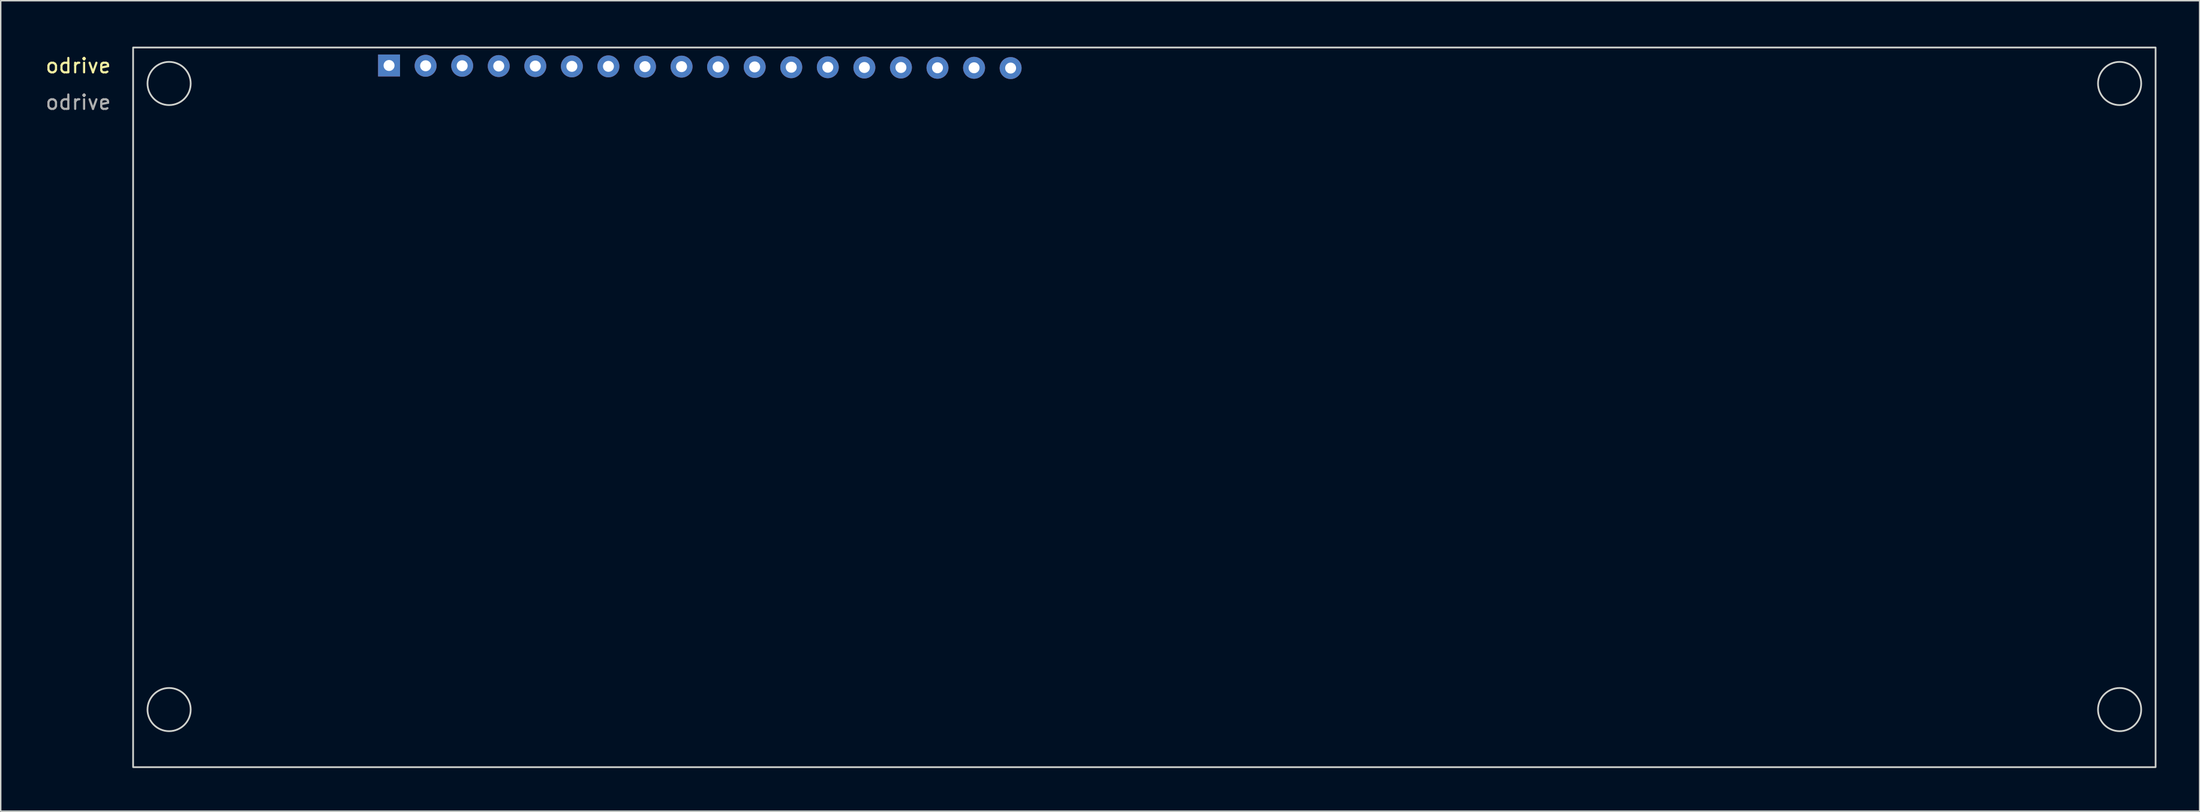
<source format=kicad_pcb>
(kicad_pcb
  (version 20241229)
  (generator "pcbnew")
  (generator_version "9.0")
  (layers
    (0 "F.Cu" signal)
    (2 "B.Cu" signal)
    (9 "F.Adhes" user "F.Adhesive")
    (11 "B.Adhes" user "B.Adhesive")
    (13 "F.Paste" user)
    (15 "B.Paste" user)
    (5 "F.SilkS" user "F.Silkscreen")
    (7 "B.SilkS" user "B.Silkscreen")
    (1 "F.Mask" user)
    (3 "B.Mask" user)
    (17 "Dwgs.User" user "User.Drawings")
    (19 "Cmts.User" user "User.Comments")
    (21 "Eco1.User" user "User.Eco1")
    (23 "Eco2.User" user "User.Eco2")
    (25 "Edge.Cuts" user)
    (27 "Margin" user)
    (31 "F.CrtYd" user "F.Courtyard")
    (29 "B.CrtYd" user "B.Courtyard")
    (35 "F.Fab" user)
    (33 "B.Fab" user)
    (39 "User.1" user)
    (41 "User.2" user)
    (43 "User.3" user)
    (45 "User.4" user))
  (footprint "odrive"
    (layer "F.Cu")
    (at 6.197 0.25)
    (property "Reference" "odrive" (at -3.81 1.27 0) (unlocked yes) (layer "F.SilkS") (effects (font (size 1 1) (thickness 0.15))))
    (attr through_hole)
    (fp_rect (start 0 0) (end 140.5 50) (stroke (width 0.12) (type solid)) (fill no) (layer "Edge.Cuts"))
    (fp_circle (center 2.5 2.5) (end 4 2.5) (stroke (width 0.12) (type solid)) (fill no) (layer "Edge.Cuts"))
    (fp_circle (center 2.5 46) (end 4 46) (stroke (width 0.12) (type solid)) (fill no) (layer "Edge.Cuts"))
    (fp_circle (center 138 2.5) (end 139.5 2.5) (stroke (width 0.12) (type solid)) (fill no) (layer "Edge.Cuts"))
    (fp_circle (center 138 46) (end 139.5 46) (stroke (width 0.12) (type solid)) (fill no) (layer "Edge.Cuts"))
    (fp_text user "${REFERENCE}" (at -3.81 3.81 0) (unlocked yes) (layer "F.Fab") (effects (font (size 1 1) (thickness 0.15))))
    (pad "1" thru_hole rect (at 17.78 1.25) (size 1.524 1.524) (drill 0.762) (layers "*.Cu" "*.Mask"))
    (pad "2" thru_hole circle (at 20.32 1.27) (size 1.524 1.524) (drill 0.762) (layers "*.Cu" "*.Mask"))
    (pad "3" thru_hole circle (at 22.86 1.27) (size 1.524 1.524) (drill 0.762) (layers "*.Cu" "*.Mask"))
    (pad "4" thru_hole circle (at 25.4 1.29) (size 1.524 1.524) (drill 0.762) (layers "*.Cu" "*.Mask"))
    (pad "5" thru_hole circle (at 27.94 1.29) (size 1.524 1.524) (drill 0.762) (layers "*.Cu" "*.Mask"))
    (pad "6" thru_hole circle (at 30.48 1.31) (size 1.524 1.524) (drill 0.762) (layers "*.Cu" "*.Mask"))
    (pad "7" thru_hole circle (at 33.02 1.31) (size 1.524 1.524) (drill 0.762) (layers "*.Cu" "*.Mask"))
    (pad "8" thru_hole circle (at 35.56 1.33) (size 1.524 1.524) (drill 0.762) (layers "*.Cu" "*.Mask"))
    (pad "9" thru_hole circle (at 38.1 1.33) (size 1.524 1.524) (drill 0.762) (layers "*.Cu" "*.Mask"))
    (pad "10" thru_hole circle (at 40.64 1.35) (size 1.524 1.524) (drill 0.762) (layers "*.Cu" "*.Mask"))
    (pad "11" thru_hole circle (at 43.18 1.35) (size 1.524 1.524) (drill 0.762) (layers "*.Cu" "*.Mask"))
    (pad "12" thru_hole circle (at 45.72 1.37) (size 1.524 1.524) (drill 0.762) (layers "*.Cu" "*.Mask"))
    (pad "13" thru_hole circle (at 48.26 1.37) (size 1.524 1.524) (drill 0.762) (layers "*.Cu" "*.Mask"))
    (pad "14" thru_hole circle (at 50.8 1.39) (size 1.524 1.524) (drill 0.762) (layers "*.Cu" "*.Mask"))
    (pad "15" thru_hole circle (at 53.34 1.39) (size 1.524 1.524) (drill 0.762) (layers "*.Cu" "*.Mask"))
    (pad "16" thru_hole circle (at 55.88 1.41) (size 1.524 1.524) (drill 0.762) (layers "*.Cu" "*.Mask"))
    (pad "17" thru_hole circle (at 58.42 1.41) (size 1.524 1.524) (drill 0.762) (layers "*.Cu" "*.Mask"))
    (pad "18" thru_hole circle (at 60.96 1.43) (size 1.524 1.524) (drill 0.762) (layers "*.Cu" "*.Mask")))
  (gr_rect
    (start -3 -3)
    (end 149.757 53.31)
    (stroke (width 0.1) (type default))
    (fill no)
    (layer "Edge.Cuts")))
</source>
